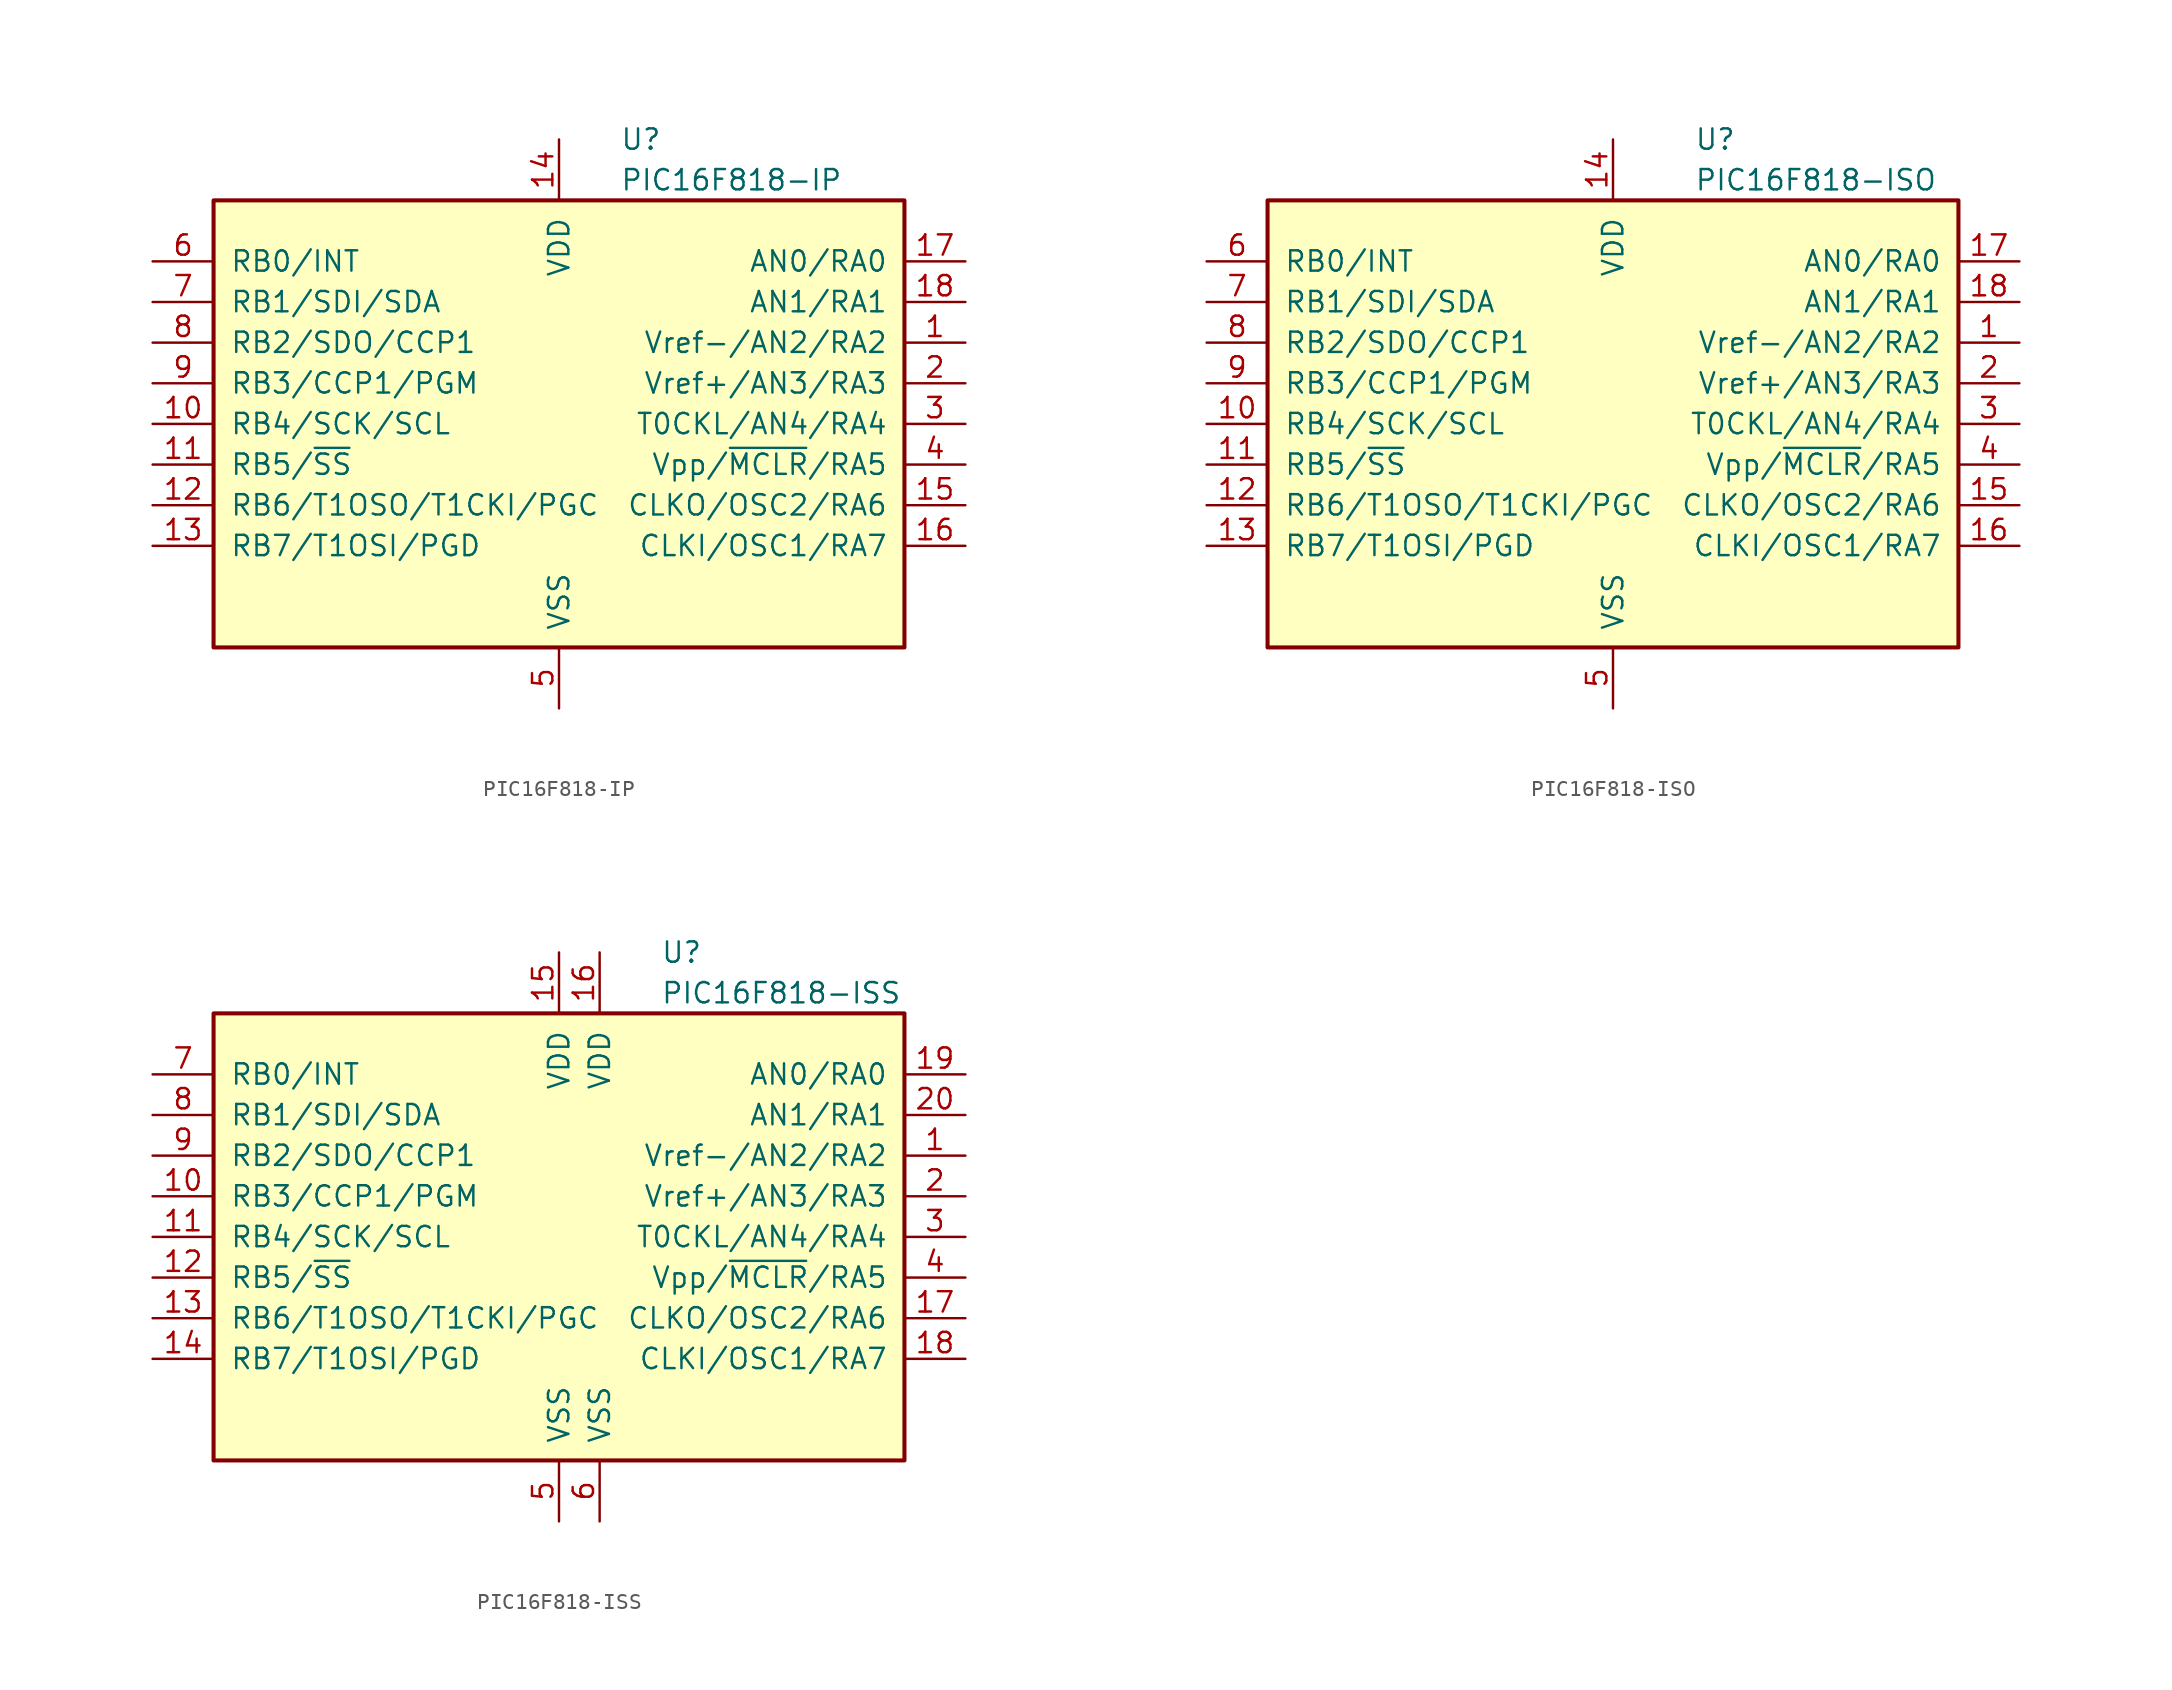
<source format=kicad_sym>
(kicad_symbol_lib
  (version 20211014)
  (generator kicad_symbol_editor)
  (symbol "PIC16F818-IP"
    (pin_names
      (offset 1.016))
    (property "Reference" "U"
      (at 3.81 17.78 0)
      (effects (font (size 1.27 1.27)) (justify left)))
    (property "Value" "PIC16F818-IP"
      (at 3.81 15.24 0)
      (effects (font (size 1.27 1.27)) (justify left)))
    (symbol "PIC16F818-IP_0_1"
      (rectangle (start -21.59 13.97) (end 21.59 -13.97) (stroke (width 0.254) (type default) (color 0 0 0 0)) (fill (type background))))
    (symbol "PIC16F818-IP_1_1"
      (pin bidirectional line (at 25.4 5.08 180) (length 3.81) (name "Vref-/AN2/RA2" (effects (font (size 1.27 1.27)))) (number "1" (effects (font (size 1.27 1.27)))))
      (pin bidirectional line (at -25.4 0 0) (length 3.81) (name "RB4/SCK/SCL" (effects (font (size 1.27 1.27)))) (number "10" (effects (font (size 1.27 1.27)))))
      (pin bidirectional line (at -25.4 -2.54 0) (length 3.81) (name "RB5/~{SS}" (effects (font (size 1.27 1.27)))) (number "11" (effects (font (size 1.27 1.27)))))
      (pin bidirectional line (at -25.4 -5.08 0) (length 3.81) (name "RB6/T1OSO/T1CKI/PGC" (effects (font (size 1.27 1.27)))) (number "12" (effects (font (size 1.27 1.27)))))
      (pin bidirectional line (at -25.4 -7.62 0) (length 3.81) (name "RB7/T1OSI/PGD" (effects (font (size 1.27 1.27)))) (number "13" (effects (font (size 1.27 1.27)))))
      (pin power_in line (at 0 17.78 270) (length 3.81) (name "VDD" (effects (font (size 1.27 1.27)))) (number "14" (effects (font (size 1.27 1.27)))))
      (pin bidirectional line (at 25.4 -5.08 180) (length 3.81) (name "CLKO/OSC2/RA6" (effects (font (size 1.27 1.27)))) (number "15" (effects (font (size 1.27 1.27)))))
      (pin bidirectional line (at 25.4 -7.62 180) (length 3.81) (name "CLKI/OSC1/RA7" (effects (font (size 1.27 1.27)))) (number "16" (effects (font (size 1.27 1.27)))))
      (pin bidirectional line (at 25.4 10.16 180) (length 3.81) (name "AN0/RA0" (effects (font (size 1.27 1.27)))) (number "17" (effects (font (size 1.27 1.27)))))
      (pin bidirectional line (at 25.4 7.62 180) (length 3.81) (name "AN1/RA1" (effects (font (size 1.27 1.27)))) (number "18" (effects (font (size 1.27 1.27)))))
      (pin bidirectional line (at 25.4 2.54 180) (length 3.81) (name "Vref+/AN3/RA3" (effects (font (size 1.27 1.27)))) (number "2" (effects (font (size 1.27 1.27)))))
      (pin bidirectional line (at 25.4 0 180) (length 3.81) (name "T0CKL/AN4/RA4" (effects (font (size 1.27 1.27)))) (number "3" (effects (font (size 1.27 1.27)))))
      (pin input line (at 25.4 -2.54 180) (length 3.81) (name "Vpp/~{MCLR}/RA5" (effects (font (size 1.27 1.27)))) (number "4" (effects (font (size 1.27 1.27)))))
      (pin power_in line (at 0 -17.78 90) (length 3.81) (name "VSS" (effects (font (size 1.27 1.27)))) (number "5" (effects (font (size 1.27 1.27)))))
      (pin bidirectional line (at -25.4 10.16 0) (length 3.81) (name "RB0/INT" (effects (font (size 1.27 1.27)))) (number "6" (effects (font (size 1.27 1.27)))))
      (pin bidirectional line (at -25.4 7.62 0) (length 3.81) (name "RB1/SDI/SDA" (effects (font (size 1.27 1.27)))) (number "7" (effects (font (size 1.27 1.27)))))
      (pin bidirectional line (at -25.4 5.08 0) (length 3.81) (name "RB2/SDO/CCP1" (effects (font (size 1.27 1.27)))) (number "8" (effects (font (size 1.27 1.27)))))
      (pin bidirectional line (at -25.4 2.54 0) (length 3.81) (name "RB3/CCP1/PGM" (effects (font (size 1.27 1.27)))) (number "9" (effects (font (size 1.27 1.27)))))))
  (symbol "PIC16F818-ISO"
    (pin_names
      (offset 1.016))
    (property "Reference" "U"
      (at 5.08 17.78 0)
      (effects (font (size 1.27 1.27)) (justify left)))
    (property "Value" "PIC16F818-ISO"
      (at 5.08 15.24 0)
      (effects (font (size 1.27 1.27)) (justify left)))
    (symbol "PIC16F818-ISO_0_1"
      (rectangle (start -21.59 13.97) (end 21.59 -13.97) (stroke (width 0.254) (type default) (color 0 0 0 0)) (fill (type background))))
    (symbol "PIC16F818-ISO_1_1"
      (pin bidirectional line (at 25.4 5.08 180) (length 3.81) (name "Vref-/AN2/RA2" (effects (font (size 1.27 1.27)))) (number "1" (effects (font (size 1.27 1.27)))))
      (pin bidirectional line (at -25.4 0 0) (length 3.81) (name "RB4/SCK/SCL" (effects (font (size 1.27 1.27)))) (number "10" (effects (font (size 1.27 1.27)))))
      (pin bidirectional line (at -25.4 -2.54 0) (length 3.81) (name "RB5/~{SS}" (effects (font (size 1.27 1.27)))) (number "11" (effects (font (size 1.27 1.27)))))
      (pin bidirectional line (at -25.4 -5.08 0) (length 3.81) (name "RB6/T1OSO/T1CKI/PGC" (effects (font (size 1.27 1.27)))) (number "12" (effects (font (size 1.27 1.27)))))
      (pin bidirectional line (at -25.4 -7.62 0) (length 3.81) (name "RB7/T1OSI/PGD" (effects (font (size 1.27 1.27)))) (number "13" (effects (font (size 1.27 1.27)))))
      (pin power_in line (at 0 17.78 270) (length 3.81) (name "VDD" (effects (font (size 1.27 1.27)))) (number "14" (effects (font (size 1.27 1.27)))))
      (pin bidirectional line (at 25.4 -5.08 180) (length 3.81) (name "CLKO/OSC2/RA6" (effects (font (size 1.27 1.27)))) (number "15" (effects (font (size 1.27 1.27)))))
      (pin bidirectional line (at 25.4 -7.62 180) (length 3.81) (name "CLKI/OSC1/RA7" (effects (font (size 1.27 1.27)))) (number "16" (effects (font (size 1.27 1.27)))))
      (pin bidirectional line (at 25.4 10.16 180) (length 3.81) (name "AN0/RA0" (effects (font (size 1.27 1.27)))) (number "17" (effects (font (size 1.27 1.27)))))
      (pin bidirectional line (at 25.4 7.62 180) (length 3.81) (name "AN1/RA1" (effects (font (size 1.27 1.27)))) (number "18" (effects (font (size 1.27 1.27)))))
      (pin bidirectional line (at 25.4 2.54 180) (length 3.81) (name "Vref+/AN3/RA3" (effects (font (size 1.27 1.27)))) (number "2" (effects (font (size 1.27 1.27)))))
      (pin bidirectional line (at 25.4 0 180) (length 3.81) (name "T0CKL/AN4/RA4" (effects (font (size 1.27 1.27)))) (number "3" (effects (font (size 1.27 1.27)))))
      (pin input line (at 25.4 -2.54 180) (length 3.81) (name "Vpp/~{MCLR}/RA5" (effects (font (size 1.27 1.27)))) (number "4" (effects (font (size 1.27 1.27)))))
      (pin power_in line (at 0 -17.78 90) (length 3.81) (name "VSS" (effects (font (size 1.27 1.27)))) (number "5" (effects (font (size 1.27 1.27)))))
      (pin bidirectional line (at -25.4 10.16 0) (length 3.81) (name "RB0/INT" (effects (font (size 1.27 1.27)))) (number "6" (effects (font (size 1.27 1.27)))))
      (pin bidirectional line (at -25.4 7.62 0) (length 3.81) (name "RB1/SDI/SDA" (effects (font (size 1.27 1.27)))) (number "7" (effects (font (size 1.27 1.27)))))
      (pin bidirectional line (at -25.4 5.08 0) (length 3.81) (name "RB2/SDO/CCP1" (effects (font (size 1.27 1.27)))) (number "8" (effects (font (size 1.27 1.27)))))
      (pin bidirectional line (at -25.4 2.54 0) (length 3.81) (name "RB3/CCP1/PGM" (effects (font (size 1.27 1.27)))) (number "9" (effects (font (size 1.27 1.27)))))))
  (symbol "PIC16F818-ISS"
    (pin_names
      (offset 1.016))
    (property "Reference" "U"
      (at 6.35 17.78 0)
      (effects (font (size 1.27 1.27)) (justify left)))
    (property "Value" "PIC16F818-ISS"
      (at 6.35 15.24 0)
      (effects (font (size 1.27 1.27)) (justify left)))
    (symbol "PIC16F818-ISS_0_1"
      (rectangle (start -21.59 13.97) (end 21.59 -13.97) (stroke (width 0.254) (type default) (color 0 0 0 0)) (fill (type background))))
    (symbol "PIC16F818-ISS_1_1"
      (pin bidirectional line (at 25.4 5.08 180) (length 3.81) (name "Vref-/AN2/RA2" (effects (font (size 1.27 1.27)))) (number "1" (effects (font (size 1.27 1.27)))))
      (pin bidirectional line (at -25.4 2.54 0) (length 3.81) (name "RB3/CCP1/PGM" (effects (font (size 1.27 1.27)))) (number "10" (effects (font (size 1.27 1.27)))))
      (pin bidirectional line (at -25.4 0 0) (length 3.81) (name "RB4/SCK/SCL" (effects (font (size 1.27 1.27)))) (number "11" (effects (font (size 1.27 1.27)))))
      (pin bidirectional line (at -25.4 -2.54 0) (length 3.81) (name "RB5/~{SS}" (effects (font (size 1.27 1.27)))) (number "12" (effects (font (size 1.27 1.27)))))
      (pin bidirectional line (at -25.4 -5.08 0) (length 3.81) (name "RB6/T1OSO/T1CKI/PGC" (effects (font (size 1.27 1.27)))) (number "13" (effects (font (size 1.27 1.27)))))
      (pin bidirectional line (at -25.4 -7.62 0) (length 3.81) (name "RB7/T1OSI/PGD" (effects (font (size 1.27 1.27)))) (number "14" (effects (font (size 1.27 1.27)))))
      (pin power_in line (at 0 17.78 270) (length 3.81) (name "VDD" (effects (font (size 1.27 1.27)))) (number "15" (effects (font (size 1.27 1.27)))))
      (pin power_in line (at 2.54 17.78 270) (length 3.81) (name "VDD" (effects (font (size 1.27 1.27)))) (number "16" (effects (font (size 1.27 1.27)))))
      (pin bidirectional line (at 25.4 -5.08 180) (length 3.81) (name "CLKO/OSC2/RA6" (effects (font (size 1.27 1.27)))) (number "17" (effects (font (size 1.27 1.27)))))
      (pin bidirectional line (at 25.4 -7.62 180) (length 3.81) (name "CLKI/OSC1/RA7" (effects (font (size 1.27 1.27)))) (number "18" (effects (font (size 1.27 1.27)))))
      (pin bidirectional line (at 25.4 10.16 180) (length 3.81) (name "AN0/RA0" (effects (font (size 1.27 1.27)))) (number "19" (effects (font (size 1.27 1.27)))))
      (pin bidirectional line (at 25.4 2.54 180) (length 3.81) (name "Vref+/AN3/RA3" (effects (font (size 1.27 1.27)))) (number "2" (effects (font (size 1.27 1.27)))))
      (pin bidirectional line (at 25.4 7.62 180) (length 3.81) (name "AN1/RA1" (effects (font (size 1.27 1.27)))) (number "20" (effects (font (size 1.27 1.27)))))
      (pin bidirectional line (at 25.4 0 180) (length 3.81) (name "T0CKL/AN4/RA4" (effects (font (size 1.27 1.27)))) (number "3" (effects (font (size 1.27 1.27)))))
      (pin input line (at 25.4 -2.54 180) (length 3.81) (name "Vpp/~{MCLR}/RA5" (effects (font (size 1.27 1.27)))) (number "4" (effects (font (size 1.27 1.27)))))
      (pin power_in line (at 0 -17.78 90) (length 3.81) (name "VSS" (effects (font (size 1.27 1.27)))) (number "5" (effects (font (size 1.27 1.27)))))
      (pin power_in line (at 2.54 -17.78 90) (length 3.81) (name "VSS" (effects (font (size 1.27 1.27)))) (number "6" (effects (font (size 1.27 1.27)))))
      (pin bidirectional line (at -25.4 10.16 0) (length 3.81) (name "RB0/INT" (effects (font (size 1.27 1.27)))) (number "7" (effects (font (size 1.27 1.27)))))
      (pin bidirectional line (at -25.4 7.62 0) (length 3.81) (name "RB1/SDI/SDA" (effects (font (size 1.27 1.27)))) (number "8" (effects (font (size 1.27 1.27)))))
      (pin bidirectional line (at -25.4 5.08 0) (length 3.81) (name "RB2/SDO/CCP1" (effects (font (size 1.27 1.27)))) (number "9" (effects (font (size 1.27 1.27))))))))
</source>
